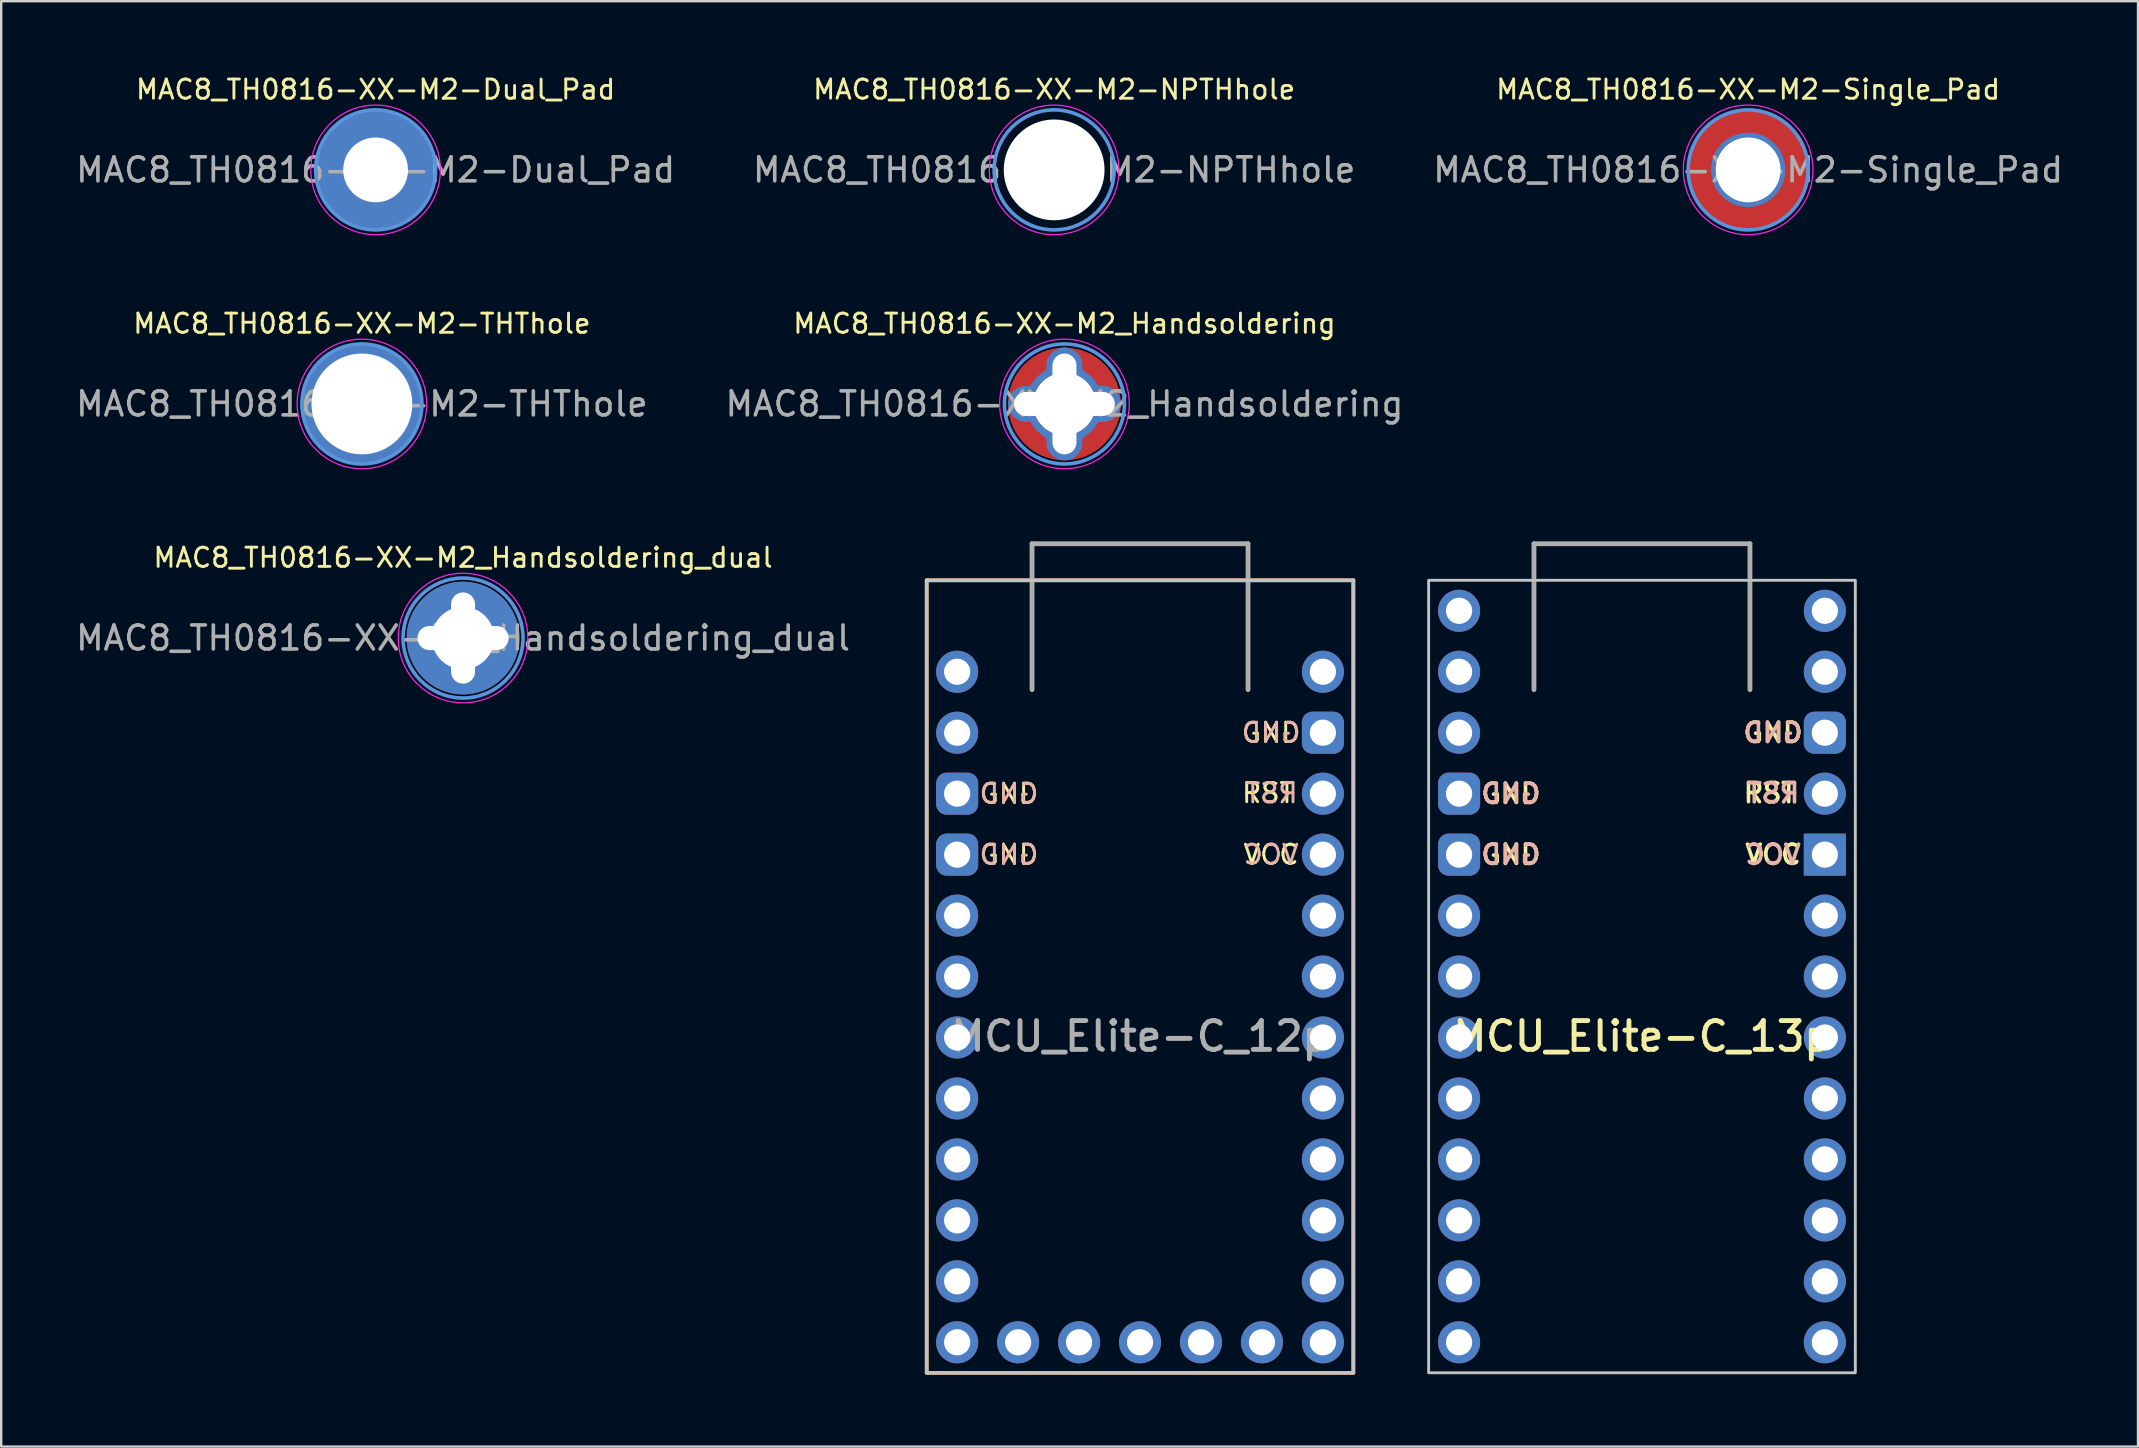
<source format=kicad_pcb>
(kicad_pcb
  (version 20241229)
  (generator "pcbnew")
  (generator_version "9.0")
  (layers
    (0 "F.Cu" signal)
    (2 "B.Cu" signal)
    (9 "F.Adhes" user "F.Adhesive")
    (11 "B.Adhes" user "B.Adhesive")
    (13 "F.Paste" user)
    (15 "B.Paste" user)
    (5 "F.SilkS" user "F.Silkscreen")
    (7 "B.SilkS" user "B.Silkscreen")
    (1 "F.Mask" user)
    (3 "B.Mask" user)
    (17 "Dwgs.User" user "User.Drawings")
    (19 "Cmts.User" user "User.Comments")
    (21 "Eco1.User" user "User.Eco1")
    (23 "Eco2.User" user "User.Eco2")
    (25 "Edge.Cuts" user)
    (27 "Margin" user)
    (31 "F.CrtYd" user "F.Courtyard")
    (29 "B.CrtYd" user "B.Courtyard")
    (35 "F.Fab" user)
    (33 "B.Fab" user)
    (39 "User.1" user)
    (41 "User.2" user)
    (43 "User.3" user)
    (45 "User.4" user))
  (footprint "MAC8_TH0816-XX-M2_Handsoldering"
    (layer "F.Cu")
    (at 41.304 13.782)
    (property "Reference" "MAC8_TH0816-XX-M2_Handsoldering" (at 0 -3.35 0) (layer "F.SilkS") (effects (font (size 0.8 0.8) (thickness 0.12))))
    (attr exclude_from_pos_files exclude_from_bom)
    (fp_circle (center 0 0) (end 2.5 0) (stroke (width 0.15) (type solid)) (fill no) (layer "Cmts.User"))
    (fp_circle (center 0 0) (end 2.7 0) (stroke (width 0.05) (type solid)) (fill no) (layer "F.CrtYd"))
    (fp_text user "${REFERENCE}" (at 0 0 0) (layer "F.Fab") (effects (font (size 1 1) (thickness 0.15))))
    (pad "1" thru_hole circle (at 0 0) (size 3.2 3.2) (drill 2.6) (layers "*.Cu" "F.Mask"))
    (pad "1" thru_hole oval (at 0 0 90) (size 4.7 1.5) (drill oval 4.2 1) (layers "*.Cu" "F.Mask"))
    (pad "1" thru_hole oval (at 0 0) (size 4.7 1.5) (drill oval 4.2 1) (layers "*.Cu" "F.Mask"))
    (pad "1" smd circle (at 0 0) (size 4.7 4.7) (layers "F.Cu" "F.Mask")))
  (footprint "MCU_Elite-C_13p"
    (layer "F.Cu")
    (at 65.368 38.131)
    (property "Reference" "MCU_Elite-C_13p" (at 0 2 180) (layer "F.SilkS") (effects (font (size 1.2 1.2) (thickness 0.203))))
    (attr through_hole)
    (fp_rect (start -8.89 16.02) (end 8.89 -17) (stroke (width 0.12) (type default)) (fill no) (layer "Dwgs.User"))
    (fp_line (start -4.5 -18.524) (end 4.5 -18.524) (stroke (width 0.2) (type solid)) (layer "F.Fab"))
    (fp_line (start -4.5 -12.444) (end -4.5 -18.524) (stroke (width 0.2) (type solid)) (layer "F.Fab"))
    (fp_line (start 4.5 -18.524) (end 4.5 -12.444) (stroke (width 0.2) (type solid)) (layer "F.Fab"))
    (fp_text user "GND" (at -5.461 -5.57 0) (layer "F.SilkS") (effects (font (size 0.8 0.8) (thickness 0.15))))
    (fp_text user "RST" (at 5.334 -8.14 0) (layer "F.SilkS") (effects (font (size 0.8 0.8) (thickness 0.15))))
    (fp_text user "GND" (at -5.461 -8.11 0) (layer "F.SilkS") (effects (font (size 0.8 0.8) (thickness 0.15))))
    (fp_text user "VCC" (at 5.461 -5.57 0) (layer "F.SilkS") (effects (font (size 0.8 0.8) (thickness 0.15))))
    (fp_text user "GND" (at 5.461 -10.65 0) (layer "F.SilkS") (effects (font (size 0.8 0.8) (thickness 0.15))))
    (fp_text user "VCC" (at 5.461 -5.57 0) (layer "B.SilkS") (effects (font (size 0.8 0.8) (thickness 0.15)) (justify mirror)))
    (fp_text user "RST" (at 5.461 -8.13 0) (layer "B.SilkS") (effects (font (size 0.8 0.8) (thickness 0.15)) (justify mirror)))
    (fp_text user "GND" (at -5.461 -8.11 0) (layer "B.SilkS") (effects (font (size 0.8 0.8) (thickness 0.15)) (justify mirror)))
    (fp_text user "GND" (at -5.461 -5.57 0) (layer "B.SilkS") (effects (font (size 0.8 0.8) (thickness 0.15)) (justify mirror)))
    (fp_text user "GND" (at 5.461 -10.65 0) (layer "B.SilkS") (effects (font (size 0.8 0.8) (thickness 0.15)) (justify mirror)))
    (pad "1" thru_hole circle (at -7.62 -15.73 270) (size 1.753 1.753) (drill 1.092) (layers "*.Cu" "*.Mask"))
    (pad "2" thru_hole circle (at -7.62 -13.19 270) (size 1.753 1.753) (drill 1.092) (layers "*.Cu" "*.Mask"))
    (pad "3" thru_hole circle (at -7.62 -10.65 270) (size 1.753 1.753) (drill 1.092) (layers "*.Cu" "*.Mask"))
    (pad "4" thru_hole roundrect (at -7.62 -8.11 270) (size 1.753 1.753) (drill 1.092) (layers "*.Cu" "*.Mask") (roundrect_rratio 0.25))
    (pad "5" thru_hole roundrect (at -7.62 -5.57 270) (size 1.753 1.753) (drill 1.092) (layers "*.Cu" "*.Mask") (roundrect_rratio 0.25))
    (pad "6" thru_hole circle (at -7.62 -3.03 270) (size 1.753 1.753) (drill 1.092) (layers "*.Cu" "*.Mask"))
    (pad "7" thru_hole circle (at -7.62 -0.49 270) (size 1.753 1.753) (drill 1.092) (layers "*.Cu" "*.Mask"))
    (pad "8" thru_hole circle (at -7.62 2.05 270) (size 1.753 1.753) (drill 1.092) (layers "*.Cu" "*.Mask"))
    (pad "9" thru_hole circle (at -7.62 4.59 270) (size 1.753 1.753) (drill 1.092) (layers "*.Cu" "*.Mask"))
    (pad "10" thru_hole circle (at -7.62 7.13 270) (size 1.753 1.753) (drill 1.092) (layers "*.Cu" "*.Mask"))
    (pad "11" thru_hole circle (at -7.62 9.67 270) (size 1.753 1.753) (drill 1.092) (layers "*.Cu" "*.Mask"))
    (pad "12" thru_hole circle (at -7.62 12.21 270) (size 1.753 1.753) (drill 1.092) (layers "*.Cu" "*.Mask"))
    (pad "13" thru_hole circle (at -7.62 14.75 270) (size 1.753 1.753) (drill 1.092) (layers "*.Cu" "*.Mask"))
    (pad "14" thru_hole circle (at 7.62 14.75 270) (size 1.753 1.753) (drill 1.092) (layers "*.Cu" "*.Mask"))
    (pad "15" thru_hole circle (at 7.62 12.21 270) (size 1.753 1.753) (drill 1.092) (layers "*.Cu" "*.Mask"))
    (pad "16" thru_hole circle (at 7.62 9.67 270) (size 1.753 1.753) (drill 1.092) (layers "*.Cu" "*.Mask"))
    (pad "17" thru_hole circle (at 7.62 7.13 270) (size 1.753 1.753) (drill 1.092) (layers "*.Cu" "*.Mask"))
    (pad "18" thru_hole circle (at 7.62 4.59 270) (size 1.753 1.753) (drill 1.092) (layers "*.Cu" "*.Mask"))
    (pad "19" thru_hole circle (at 7.62 2.05 270) (size 1.753 1.753) (drill 1.092) (layers "*.Cu" "*.Mask"))
    (pad "20" thru_hole circle (at 7.62 -0.49 270) (size 1.753 1.753) (drill 1.092) (layers "*.Cu" "*.Mask"))
    (pad "21" thru_hole circle (at 7.62 -3.03 270) (size 1.753 1.753) (drill 1.092) (layers "*.Cu" "*.Mask"))
    (pad "22" thru_hole trapezoid (at 7.62 -5.57 270) (size 1.753 1.753) (drill 1.092) (layers "*.Cu" "*.Mask"))
    (pad "23" thru_hole circle (at 7.62 -8.11 270) (size 1.753 1.753) (drill 1.092) (layers "*.Cu" "*.Mask"))
    (pad "24" thru_hole roundrect (at 7.62 -10.65 270) (size 1.753 1.753) (drill 1.092) (layers "*.Cu" "*.Mask") (roundrect_rratio 0.25))
    (pad "25" thru_hole circle (at 7.62 -13.19 270) (size 1.753 1.753) (drill 1.092) (layers "*.Cu" "*.Mask"))
    (pad "26" thru_hole circle (at 7.62 -15.73 270) (size 1.753 1.753) (drill 1.092) (layers "*.Cu" "*.Mask")))
  (footprint "MAC8_TH0816-XX-M2-NPTHhole"
    (layer "F.Cu")
    (at 40.875 4.029)
    (property "Reference" "MAC8_TH0816-XX-M2-NPTHhole" (at 0 -3.35 0) (layer "F.SilkS") (effects (font (size 0.8 0.8) (thickness 0.12))))
    (attr exclude_from_pos_files exclude_from_bom)
    (fp_circle (center 0 0) (end 2.5 0) (stroke (width 0.15) (type solid)) (fill no) (layer "Cmts.User"))
    (fp_circle (center 0 0) (end 2.7 0) (stroke (width 0.05) (type solid)) (fill no) (layer "F.CrtYd"))
    (fp_text user "${REFERENCE}" (at 0 0 0) (layer "F.Fab") (effects (font (size 1 1) (thickness 0.15))))
    (pad "" np_thru_hole circle (at 0 0) (size 4.2 4.2) (drill 4.2) (layers "*.Cu" "*.Mask")))
  (footprint "MAC8_TH0816-XX-M2-THThole"
    (layer "F.Cu")
    (at 12.03 13.782)
    (property "Reference" "MAC8_TH0816-XX-M2-THThole" (at 0 -3.35 0) (layer "F.SilkS") (effects (font (size 0.8 0.8) (thickness 0.12))))
    (attr exclude_from_pos_files exclude_from_bom)
    (fp_circle (center 0 0) (end 2.5 0) (stroke (width 0.15) (type solid)) (fill no) (layer "Cmts.User"))
    (fp_circle (center 0 0) (end 2.7 0) (stroke (width 0.05) (type solid)) (fill no) (layer "F.CrtYd"))
    (fp_text user "${REFERENCE}" (at 0 0 0) (layer "F.Fab") (effects (font (size 1 1) (thickness 0.15))))
    (pad "1" thru_hole circle (at 0 0) (size 5 5) (drill 4.2) (layers "*.Cu" "*.Mask")))
  (footprint "MCU_Elite-C_12p"
    (layer "F.Cu")
    (at 44.453 38.131)
    (property "Reference" "MCU_Elite-C_12p" (at 0 2 180) (layer "F.Fab") (effects (font (size 1.2 1.2) (thickness 0.203))))
    (attr through_hole)
    (fp_line (start -8.89 -17) (end -8.89 16.02) (stroke (width 0.15) (type default)) (layer "F.SilkS"))
    (fp_line (start -8.89 -17) (end 8.89 -17) (stroke (width 0.15) (type default)) (layer "F.SilkS"))
    (fp_line (start 8.89 16.02) (end -8.89 16.02) (stroke (width 0.15) (type default)) (layer "F.SilkS"))
    (fp_line (start 8.89 16.02) (end 8.89 -17) (stroke (width 0.15) (type default)) (layer "F.SilkS"))
    (fp_line (start -8.89 16.02) (end -8.89 -17) (stroke (width 0.15) (type default)) (layer "B.SilkS"))
    (fp_line (start -8.89 16.02) (end 8.89 16.02) (stroke (width 0.15) (type default)) (layer "B.SilkS"))
    (fp_line (start 8.89 -17) (end -8.89 -17) (stroke (width 0.15) (type default)) (layer "B.SilkS"))
    (fp_line (start 8.89 -17) (end 8.89 16.02) (stroke (width 0.15) (type default)) (layer "B.SilkS"))
    (fp_line (start -8.89 -17) (end 8.89 -17) (stroke (width 0.12) (type default)) (layer "Dwgs.User"))
    (fp_line (start -8.89 16.02) (end -8.89 -17) (stroke (width 0.12) (type default)) (layer "Dwgs.User"))
    (fp_line (start 8.89 -17) (end 8.89 16.02) (stroke (width 0.12) (type default)) (layer "Dwgs.User"))
    (fp_line (start 8.89 16.02) (end -8.89 16.02) (stroke (width 0.12) (type default)) (layer "Dwgs.User"))
    (fp_line (start -4.5 -18.524) (end 4.5 -18.524) (stroke (width 0.2) (type solid)) (layer "F.Fab"))
    (fp_line (start -4.5 -12.444) (end -4.5 -18.524) (stroke (width 0.2) (type solid)) (layer "F.Fab"))
    (fp_line (start 4.5 -18.524) (end 4.5 -12.444) (stroke (width 0.2) (type solid)) (layer "F.Fab"))
    (fp_text user "VCC" (at 5.461 -5.57 0) (layer "F.SilkS") (effects (font (size 0.8 0.8) (thickness 0.12))))
    (fp_text user "GND" (at -5.461 -8.11 0) (layer "F.SilkS") (effects (font (size 0.8 0.8) (thickness 0.12))))
    (fp_text user "GND" (at 5.461 -10.65 0) (layer "F.SilkS") (effects (font (size 0.8 0.8) (thickness 0.12))))
    (fp_text user "GND" (at -5.461 -5.57 0) (layer "F.SilkS") (effects (font (size 0.8 0.8) (thickness 0.12))))
    (fp_text user "RST" (at 5.34 -8.14 0) (layer "F.SilkS") (effects (font (size 0.8 0.8) (thickness 0.12))))
    (fp_text user "RST" (at 5.48 -8.13 0) (layer "B.SilkS") (effects (font (size 0.8 0.8) (thickness 0.12)) (justify mirror)))
    (fp_text user "GND" (at 5.461 -10.65 0) (layer "B.SilkS") (effects (font (size 0.8 0.8) (thickness 0.12)) (justify mirror)))
    (fp_text user "GND" (at -5.461 -5.57 0) (layer "B.SilkS") (effects (font (size 0.8 0.8) (thickness 0.12)) (justify mirror)))
    (fp_text user "VCC" (at 5.461 -5.57 0) (layer "B.SilkS") (effects (font (size 0.8 0.8) (thickness 0.12)) (justify mirror)))
    (fp_text user "GND" (at -5.461 -8.11 0) (layer "B.SilkS") (effects (font (size 0.8 0.8) (thickness 0.12)) (justify mirror)))
    (pad "1" thru_hole circle (at -7.62 -13.19 270) (size 1.753 1.753) (drill 1.092) (layers "*.Cu" "*.Mask"))
    (pad "2" thru_hole circle (at -7.62 -10.65 270) (size 1.753 1.753) (drill 1.092) (layers "*.Cu" "*.Mask"))
    (pad "3" thru_hole roundrect (at -7.62 -8.11 270) (size 1.753 1.753) (drill 1.092) (layers "*.Cu" "*.Mask") (roundrect_rratio 0.25))
    (pad "4" thru_hole roundrect (at -7.62 -5.57 270) (size 1.753 1.753) (drill 1.092) (layers "*.Cu" "*.Mask") (roundrect_rratio 0.25))
    (pad "5" thru_hole circle (at -7.62 -3.03 270) (size 1.753 1.753) (drill 1.092) (layers "*.Cu" "*.Mask"))
    (pad "6" thru_hole circle (at -7.62 -0.49 270) (size 1.753 1.753) (drill 1.092) (layers "*.Cu" "*.Mask"))
    (pad "7" thru_hole circle (at -7.62 2.05 270) (size 1.753 1.753) (drill 1.092) (layers "*.Cu" "*.Mask"))
    (pad "8" thru_hole circle (at -7.62 4.59 270) (size 1.753 1.753) (drill 1.092) (layers "*.Cu" "*.Mask"))
    (pad "9" thru_hole circle (at -7.62 7.13 270) (size 1.753 1.753) (drill 1.092) (layers "*.Cu" "*.Mask"))
    (pad "10" thru_hole circle (at -7.62 9.67 270) (size 1.753 1.753) (drill 1.092) (layers "*.Cu" "*.Mask"))
    (pad "11" thru_hole circle (at -7.62 12.21 270) (size 1.753 1.753) (drill 1.092) (layers "*.Cu" "*.Mask"))
    (pad "12" thru_hole circle (at -7.62 14.75 270) (size 1.753 1.753) (drill 1.092) (layers "*.Cu" "*.Mask"))
    (pad "13" thru_hole circle (at 7.62 14.75 270) (size 1.753 1.753) (drill 1.092) (layers "*.Cu" "*.Mask"))
    (pad "14" thru_hole circle (at 7.62 12.21 270) (size 1.753 1.753) (drill 1.092) (layers "*.Cu" "*.Mask"))
    (pad "15" thru_hole circle (at 7.62 9.67 270) (size 1.753 1.753) (drill 1.092) (layers "*.Cu" "*.Mask"))
    (pad "16" thru_hole circle (at 7.62 7.13 270) (size 1.753 1.753) (drill 1.092) (layers "*.Cu" "*.Mask"))
    (pad "17" thru_hole circle (at 7.62 4.59 270) (size 1.753 1.753) (drill 1.092) (layers "*.Cu" "*.Mask"))
    (pad "18" thru_hole circle (at 7.62 2.05 270) (size 1.753 1.753) (drill 1.092) (layers "*.Cu" "*.Mask"))
    (pad "19" thru_hole circle (at 7.62 -0.49 270) (size 1.753 1.753) (drill 1.092) (layers "*.Cu" "*.Mask"))
    (pad "20" thru_hole circle (at 7.62 -3.03 270) (size 1.753 1.753) (drill 1.092) (layers "*.Cu" "*.Mask"))
    (pad "21" thru_hole circle (at 7.62 -5.57 270) (size 1.753 1.753) (drill 1.092) (layers "*.Cu" "*.Mask"))
    (pad "22" thru_hole circle (at 7.62 -8.11 270) (size 1.753 1.753) (drill 1.092) (layers "*.Cu" "*.Mask"))
    (pad "23" thru_hole roundrect (at 7.62 -10.65 270) (size 1.753 1.753) (drill 1.092) (layers "*.Cu" "*.Mask") (roundrect_rratio 0.25))
    (pad "24" thru_hole circle (at 7.62 -13.19 270) (size 1.753 1.753) (drill 1.092) (layers "*.Cu" "*.Mask"))
    (pad "25" thru_hole circle (at -5.08 14.75 270) (size 1.753 1.753) (drill 1.092) (layers "*.Cu" "*.Mask"))
    (pad "26" thru_hole circle (at -2.54 14.75 270) (size 1.753 1.753) (drill 1.092) (layers "*.Cu" "*.Mask"))
    (pad "27" thru_hole circle (at 0 14.75 270) (size 1.753 1.753) (drill 1.092) (layers "*.Cu" "*.Mask"))
    (pad "28" thru_hole circle (at 2.54 14.75 270) (size 1.753 1.753) (drill 1.092) (layers "*.Cu" "*.Mask"))
    (pad "29" thru_hole circle (at 5.08 14.75 270) (size 1.753 1.753) (drill 1.092) (layers "*.Cu" "*.Mask")))
  (footprint "MAC8_TH0816-XX-M2-Dual_Pad"
    (layer "F.Cu")
    (at 12.601 4.029)
    (property "Reference" "MAC8_TH0816-XX-M2-Dual_Pad" (at 0 -3.35 0) (layer "F.SilkS") (effects (font (size 0.8 0.8) (thickness 0.12))))
    (attr exclude_from_pos_files exclude_from_bom)
    (fp_circle (center 0 0) (end 2.5 0) (stroke (width 0.15) (type solid)) (fill no) (layer "Cmts.User"))
    (fp_circle (center 0 0) (end 2.7 0) (stroke (width 0.05) (type solid)) (fill no) (layer "F.CrtYd"))
    (fp_text user "${REFERENCE}" (at 0 0 0) (layer "F.Fab") (effects (font (size 1 1) (thickness 0.15))))
    (pad "1" thru_hole circle (at 0 0) (size 5 5) (drill 2.7) (layers "*.Cu" "*.Mask")))
  (footprint "MAC8_TH0816-XX-M2-Single_Pad"
    (layer "F.Cu")
    (at 69.792 4.029)
    (property "Reference" "MAC8_TH0816-XX-M2-Single_Pad" (at 0 -3.35 0) (layer "F.SilkS") (effects (font (size 0.8 0.8) (thickness 0.12))))
    (attr exclude_from_pos_files exclude_from_bom)
    (fp_circle (center 0 0) (end 2.5 0) (stroke (width 0.15) (type solid)) (fill no) (layer "Cmts.User"))
    (fp_circle (center 0 0) (end 2.7 0) (stroke (width 0.05) (type solid)) (fill no) (layer "F.CrtYd"))
    (fp_text user "${REFERENCE}" (at 0 0 0) (layer "F.Fab") (effects (font (size 1 1) (thickness 0.15))))
    (pad "1" thru_hole circle (at 0 0) (size 3.1 3.1) (drill 2.7) (layers "*.Cu" "*.Mask"))
    (pad "1" smd circle (at 0 0) (size 5 5) (layers "F.Cu" "F.Mask")))
  (footprint "MAC8_TH0816-XX-M2_Handsoldering_dual"
    (layer "F.Cu")
    (at 16.244 23.536)
    (property "Reference" "MAC8_TH0816-XX-M2_Handsoldering_dual" (at 0 -3.35 0) (layer "F.SilkS") (effects (font (size 0.8 0.8) (thickness 0.12))))
    (attr exclude_from_pos_files exclude_from_bom)
    (fp_circle (center 0 0) (end 2.5 0) (stroke (width 0.15) (type solid)) (fill no) (layer "Cmts.User"))
    (fp_circle (center 0 0) (end 2.7 0) (stroke (width 0.05) (type solid)) (fill no) (layer "F.CrtYd"))
    (fp_text user "${REFERENCE}" (at 0 0 0) (layer "F.Fab") (effects (font (size 1 1) (thickness 0.15))))
    (pad "1" thru_hole oval (at 0 0 90) (size 4.3 1.5) (drill oval 3.8 1) (layers "*.Cu"))
    (pad "1" thru_hole oval (at 0 0) (size 4.3 1.5) (drill oval 3.8 1) (layers "*.Cu"))
    (pad "1" thru_hole circle (at 0 0) (size 4.7 4.7) (drill 2.6) (layers "*.Cu" "*.Mask")))
  (gr_rect
    (start -3 -3)
    (end 86.036 57.226)
    (stroke (width 0.1) (type default))
    (fill no)
    (layer "Edge.Cuts")))
</source>
